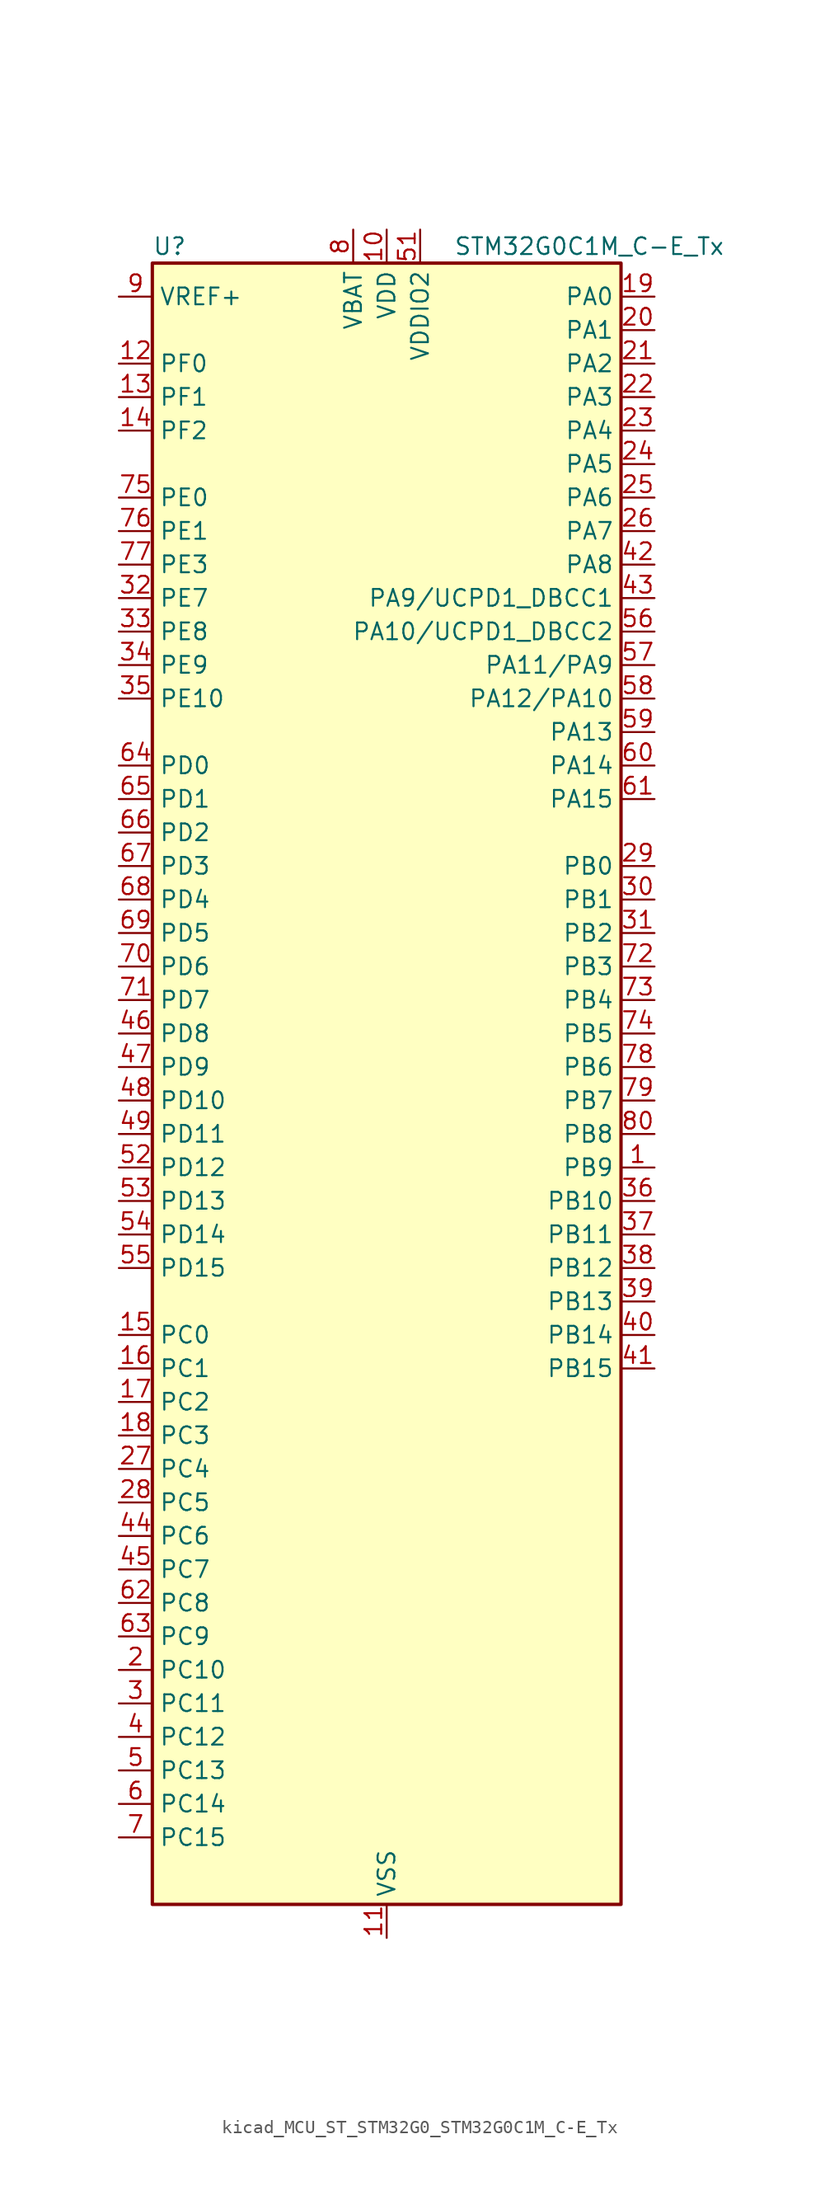
<source format=kicad_sym>
(kicad_symbol_lib
  (version 20220914)
  (generator kicad_symbol_editor)
  (symbol "kicad_MCU_ST_STM32G0_STM32G0C1M_C-E_Tx"
    (property "Reference" "U"
      (at -17.78 64.77 0)
      (effects (font (size 1.27 1.27)) (justify left)))
    (property "Value" "STM32G0C1M_C-E_Tx"
      (at 5.08 64.77 0)
      (effects (font (size 1.27 1.27)) (justify left)))
    (property "ki_locked" ""
      (at 0 0 0)
      (effects (font (size 1.27 1.27))))
    (symbol "kicad_MCU_ST_STM32G0_STM32G0C1M_C-E_Tx_0_1"
      (rectangle (start -17.78 -60.96) (end 17.78 63.5) (stroke (width 0.254) (type default)) (fill (type background))))
    (symbol "kicad_MCU_ST_STM32G0_STM32G0C1M_C-E_Tx_1_1"
      (pin bidirectional line (at 20.32 -5.08 180) (length 2.54) (name "PB9" (effects (font (size 1.27 1.27)))) (number "1" (effects (font (size 1.27 1.27)))) (alternate "DAC1_EXTI9" bidirectional line) (alternate "FDCAN1_TX" bidirectional line) (alternate "I2C1_SDA" bidirectional line) (alternate "I2S2_WS" bidirectional line) (alternate "IR_OUT" bidirectional line) (alternate "SPI2_NSS" bidirectional line) (alternate "TIM17_CH1" bidirectional line) (alternate "TIM4_CH4" bidirectional line) (alternate "UCPD2_FRSTX1" bidirectional line) (alternate "UCPD2_FRSTX2" bidirectional line) (alternate "USART3_RX" bidirectional line) (alternate "USART6_RX" bidirectional line))
      (pin power_in line (at 0 66.04 270) (length 2.54) (name "VDD" (effects (font (size 1.27 1.27)))) (number "10" (effects (font (size 1.27 1.27)))))
      (pin power_in line (at 0 -63.5 90) (length 2.54) (name "VSS" (effects (font (size 1.27 1.27)))) (number "11" (effects (font (size 1.27 1.27)))))
      (pin bidirectional line (at -20.32 55.88 0) (length 2.54) (name "PF0" (effects (font (size 1.27 1.27)))) (number "12" (effects (font (size 1.27 1.27)))) (alternate "CRS1_SYNC" bidirectional line) (alternate "RCC_OSC_IN" bidirectional line) (alternate "TIM14_CH1" bidirectional line))
      (pin bidirectional line (at -20.32 53.34 0) (length 2.54) (name "PF1" (effects (font (size 1.27 1.27)))) (number "13" (effects (font (size 1.27 1.27)))) (alternate "RCC_OSC_EN" bidirectional line) (alternate "RCC_OSC_OUT" bidirectional line) (alternate "TIM15_CH1N" bidirectional line))
      (pin bidirectional line (at -20.32 50.8 0) (length 2.54) (name "PF2" (effects (font (size 1.27 1.27)))) (number "14" (effects (font (size 1.27 1.27)))) (alternate "LPUART2_DE" bidirectional line) (alternate "LPUART2_RTS" bidirectional line) (alternate "LPUART2_TX" bidirectional line) (alternate "RCC_MCO" bidirectional line))
      (pin bidirectional line (at -20.32 -17.78 0) (length 2.54) (name "PC0" (effects (font (size 1.27 1.27)))) (number "15" (effects (font (size 1.27 1.27)))) (alternate "COMP3_INM" bidirectional line) (alternate "COMP3_OUT" bidirectional line) (alternate "I2C3_SCL" bidirectional line) (alternate "LPTIM1_IN1" bidirectional line) (alternate "LPTIM2_IN1" bidirectional line) (alternate "LPUART1_RX" bidirectional line) (alternate "LPUART2_TX" bidirectional line) (alternate "USART6_TX" bidirectional line))
      (pin bidirectional line (at -20.32 -20.32 0) (length 2.54) (name "PC1" (effects (font (size 1.27 1.27)))) (number "16" (effects (font (size 1.27 1.27)))) (alternate "COMP3_INP" bidirectional line) (alternate "I2C3_SDA" bidirectional line) (alternate "LPTIM1_OUT" bidirectional line) (alternate "LPUART1_TX" bidirectional line) (alternate "LPUART2_RX" bidirectional line) (alternate "TIM15_CH1" bidirectional line) (alternate "USART6_RX" bidirectional line))
      (pin bidirectional line (at -20.32 -22.86 0) (length 2.54) (name "PC2" (effects (font (size 1.27 1.27)))) (number "17" (effects (font (size 1.27 1.27)))) (alternate "COMP3_OUT" bidirectional line) (alternate "FDCAN2_RX" bidirectional line) (alternate "I2S2_MCK" bidirectional line) (alternate "LPTIM1_IN2" bidirectional line) (alternate "SPI2_MISO" bidirectional line) (alternate "TIM15_CH2" bidirectional line))
      (pin bidirectional line (at -20.32 -25.4 0) (length 2.54) (name "PC3" (effects (font (size 1.27 1.27)))) (number "18" (effects (font (size 1.27 1.27)))) (alternate "FDCAN2_TX" bidirectional line) (alternate "I2S2_SD" bidirectional line) (alternate "LPTIM1_ETR" bidirectional line) (alternate "LPTIM2_ETR" bidirectional line) (alternate "SPI2_MOSI" bidirectional line))
      (pin bidirectional line (at 20.32 60.96 180) (length 2.54) (name "PA0" (effects (font (size 1.27 1.27)))) (number "19" (effects (font (size 1.27 1.27)))) (alternate "ADC1_IN0" bidirectional line) (alternate "COMP1_INM" bidirectional line) (alternate "COMP1_OUT" bidirectional line) (alternate "I2S2_CK" bidirectional line) (alternate "LPTIM1_OUT" bidirectional line) (alternate "RTC_TAMP_IN2" bidirectional line) (alternate "SPI2_SCK" bidirectional line) (alternate "SYS_WKUP1" bidirectional line) (alternate "TIM2_CH1" bidirectional line) (alternate "TIM2_ETR" bidirectional line) (alternate "UCPD2_FRSTX1" bidirectional line) (alternate "UCPD2_FRSTX2" bidirectional line) (alternate "USART2_CTS" bidirectional line) (alternate "USART2_NSS" bidirectional line) (alternate "USART4_TX" bidirectional line))
      (pin bidirectional line (at -20.32 -43.18 0) (length 2.54) (name "PC10" (effects (font (size 1.27 1.27)))) (number "2" (effects (font (size 1.27 1.27)))) (alternate "SPI3_SCK" bidirectional line) (alternate "TIM1_CH3" bidirectional line) (alternate "USART3_TX" bidirectional line) (alternate "USART4_TX" bidirectional line))
      (pin bidirectional line (at 20.32 58.42 180) (length 2.54) (name "PA1" (effects (font (size 1.27 1.27)))) (number "20" (effects (font (size 1.27 1.27)))) (alternate "ADC1_IN1" bidirectional line) (alternate "COMP1_INP" bidirectional line) (alternate "I2C1_SMBA" bidirectional line) (alternate "I2S1_CK" bidirectional line) (alternate "SPI1_SCK" bidirectional line) (alternate "TIM15_CH1N" bidirectional line) (alternate "TIM2_CH2" bidirectional line) (alternate "USART2_CK" bidirectional line) (alternate "USART2_DE" bidirectional line) (alternate "USART2_RTS" bidirectional line) (alternate "USART4_RX" bidirectional line))
      (pin bidirectional line (at 20.32 55.88 180) (length 2.54) (name "PA2" (effects (font (size 1.27 1.27)))) (number "21" (effects (font (size 1.27 1.27)))) (alternate "ADC1_IN2" bidirectional line) (alternate "COMP2_INM" bidirectional line) (alternate "COMP2_OUT" bidirectional line) (alternate "I2S1_SD" bidirectional line) (alternate "LPUART1_TX" bidirectional line) (alternate "RCC_LSCO" bidirectional line) (alternate "SPI1_MOSI" bidirectional line) (alternate "SYS_WKUP4" bidirectional line) (alternate "TIM15_CH1" bidirectional line) (alternate "TIM2_CH3" bidirectional line) (alternate "UCPD1_FRSTX1" bidirectional line) (alternate "UCPD1_FRSTX2" bidirectional line) (alternate "USART2_TX" bidirectional line))
      (pin bidirectional line (at 20.32 53.34 180) (length 2.54) (name "PA3" (effects (font (size 1.27 1.27)))) (number "22" (effects (font (size 1.27 1.27)))) (alternate "ADC1_IN3" bidirectional line) (alternate "COMP2_INP" bidirectional line) (alternate "I2S2_MCK" bidirectional line) (alternate "LPUART1_RX" bidirectional line) (alternate "SPI2_MISO" bidirectional line) (alternate "TIM15_CH2" bidirectional line) (alternate "TIM2_CH4" bidirectional line) (alternate "UCPD2_FRSTX1" bidirectional line) (alternate "UCPD2_FRSTX2" bidirectional line) (alternate "USART2_RX" bidirectional line))
      (pin bidirectional line (at 20.32 50.8 180) (length 2.54) (name "PA4" (effects (font (size 1.27 1.27)))) (number "23" (effects (font (size 1.27 1.27)))) (alternate "ADC1_IN4" bidirectional line) (alternate "DAC1_OUT1" bidirectional line) (alternate "I2S1_WS" bidirectional line) (alternate "I2S2_SD" bidirectional line) (alternate "LPTIM2_OUT" bidirectional line) (alternate "RTC_OUT2" bidirectional line) (alternate "SPI1_NSS" bidirectional line) (alternate "SPI2_MOSI" bidirectional line) (alternate "SPI3_NSS" bidirectional line) (alternate "TIM14_CH1" bidirectional line) (alternate "UCPD2_FRSTX1" bidirectional line) (alternate "UCPD2_FRSTX2" bidirectional line) (alternate "USART6_TX" bidirectional line) (alternate "USB_NOE" bidirectional line))
      (pin bidirectional line (at 20.32 48.26 180) (length 2.54) (name "PA5" (effects (font (size 1.27 1.27)))) (number "24" (effects (font (size 1.27 1.27)))) (alternate "ADC1_IN5" bidirectional line) (alternate "CEC" bidirectional line) (alternate "DAC1_OUT2" bidirectional line) (alternate "I2S1_CK" bidirectional line) (alternate "LPTIM2_ETR" bidirectional line) (alternate "SPI1_SCK" bidirectional line) (alternate "TIM2_CH1" bidirectional line) (alternate "TIM2_ETR" bidirectional line) (alternate "UCPD1_FRSTX1" bidirectional line) (alternate "UCPD1_FRSTX2" bidirectional line) (alternate "USART3_TX" bidirectional line) (alternate "USART6_RX" bidirectional line))
      (pin bidirectional line (at 20.32 45.72 180) (length 2.54) (name "PA6" (effects (font (size 1.27 1.27)))) (number "25" (effects (font (size 1.27 1.27)))) (alternate "ADC1_IN6" bidirectional line) (alternate "COMP1_OUT" bidirectional line) (alternate "I2C2_SDA" bidirectional line) (alternate "I2C3_SDA" bidirectional line) (alternate "I2S1_MCK" bidirectional line) (alternate "LPUART1_CTS" bidirectional line) (alternate "SPI1_MISO" bidirectional line) (alternate "TIM16_CH1" bidirectional line) (alternate "TIM1_BK" bidirectional line) (alternate "TIM3_CH1" bidirectional line) (alternate "USART3_CTS" bidirectional line) (alternate "USART3_NSS" bidirectional line) (alternate "USART6_CTS" bidirectional line) (alternate "USART6_NSS" bidirectional line))
      (pin bidirectional line (at 20.32 43.18 180) (length 2.54) (name "PA7" (effects (font (size 1.27 1.27)))) (number "26" (effects (font (size 1.27 1.27)))) (alternate "ADC1_IN7" bidirectional line) (alternate "COMP2_OUT" bidirectional line) (alternate "I2C2_SCL" bidirectional line) (alternate "I2C3_SCL" bidirectional line) (alternate "I2S1_SD" bidirectional line) (alternate "SPI1_MOSI" bidirectional line) (alternate "TIM14_CH1" bidirectional line) (alternate "TIM17_CH1" bidirectional line) (alternate "TIM1_CH1N" bidirectional line) (alternate "TIM3_CH2" bidirectional line) (alternate "UCPD1_FRSTX1" bidirectional line) (alternate "UCPD1_FRSTX2" bidirectional line) (alternate "USART6_CK" bidirectional line) (alternate "USART6_DE" bidirectional line) (alternate "USART6_RTS" bidirectional line))
      (pin bidirectional line (at -20.32 -27.94 0) (length 2.54) (name "PC4" (effects (font (size 1.27 1.27)))) (number "27" (effects (font (size 1.27 1.27)))) (alternate "ADC1_IN17" bidirectional line) (alternate "COMP1_INM" bidirectional line) (alternate "FDCAN1_RX" bidirectional line) (alternate "TIM2_CH1" bidirectional line) (alternate "TIM2_ETR" bidirectional line) (alternate "USART1_TX" bidirectional line) (alternate "USART3_TX" bidirectional line))
      (pin bidirectional line (at -20.32 -30.48 0) (length 2.54) (name "PC5" (effects (font (size 1.27 1.27)))) (number "28" (effects (font (size 1.27 1.27)))) (alternate "ADC1_IN18" bidirectional line) (alternate "COMP1_INP" bidirectional line) (alternate "FDCAN1_TX" bidirectional line) (alternate "SYS_WKUP5" bidirectional line) (alternate "TIM2_CH2" bidirectional line) (alternate "USART1_RX" bidirectional line) (alternate "USART3_RX" bidirectional line))
      (pin bidirectional line (at 20.32 17.78 180) (length 2.54) (name "PB0" (effects (font (size 1.27 1.27)))) (number "29" (effects (font (size 1.27 1.27)))) (alternate "ADC1_IN8" bidirectional line) (alternate "COMP1_OUT" bidirectional line) (alternate "COMP3_INP" bidirectional line) (alternate "FDCAN2_RX" bidirectional line) (alternate "I2S1_WS" bidirectional line) (alternate "LPTIM1_OUT" bidirectional line) (alternate "LPUART2_CTS" bidirectional line) (alternate "SPI1_NSS" bidirectional line) (alternate "TIM1_CH2N" bidirectional line) (alternate "TIM3_CH3" bidirectional line) (alternate "UCPD1_FRSTX1" bidirectional line) (alternate "UCPD1_FRSTX2" bidirectional line) (alternate "USART3_RX" bidirectional line) (alternate "USART5_TX" bidirectional line))
      (pin bidirectional line (at -20.32 -45.72 0) (length 2.54) (name "PC11" (effects (font (size 1.27 1.27)))) (number "3" (effects (font (size 1.27 1.27)))) (alternate "ADC1_EXTI11" bidirectional line) (alternate "SPI3_MISO" bidirectional line) (alternate "TIM1_CH4" bidirectional line) (alternate "USART3_RX" bidirectional line) (alternate "USART4_RX" bidirectional line))
      (pin bidirectional line (at 20.32 15.24 180) (length 2.54) (name "PB1" (effects (font (size 1.27 1.27)))) (number "30" (effects (font (size 1.27 1.27)))) (alternate "ADC1_IN9" bidirectional line) (alternate "COMP1_INM" bidirectional line) (alternate "COMP3_OUT" bidirectional line) (alternate "FDCAN2_TX" bidirectional line) (alternate "LPTIM2_IN1" bidirectional line) (alternate "LPUART1_DE" bidirectional line) (alternate "LPUART1_RTS" bidirectional line) (alternate "LPUART2_DE" bidirectional line) (alternate "LPUART2_RTS" bidirectional line) (alternate "TIM14_CH1" bidirectional line) (alternate "TIM1_CH3N" bidirectional line) (alternate "TIM3_CH4" bidirectional line) (alternate "USART3_CK" bidirectional line) (alternate "USART3_DE" bidirectional line) (alternate "USART3_RTS" bidirectional line) (alternate "USART5_RX" bidirectional line))
      (pin bidirectional line (at 20.32 12.7 180) (length 2.54) (name "PB2" (effects (font (size 1.27 1.27)))) (number "31" (effects (font (size 1.27 1.27)))) (alternate "ADC1_IN10" bidirectional line) (alternate "COMP1_INP" bidirectional line) (alternate "COMP3_INM" bidirectional line) (alternate "I2S2_MCK" bidirectional line) (alternate "LPTIM1_OUT" bidirectional line) (alternate "RCC_MCO_2" bidirectional line) (alternate "SPI2_MISO" bidirectional line) (alternate "USART3_TX" bidirectional line))
      (pin bidirectional line (at -20.32 38.1 0) (length 2.54) (name "PE7" (effects (font (size 1.27 1.27)))) (number "32" (effects (font (size 1.27 1.27)))) (alternate "COMP3_INP" bidirectional line) (alternate "TIM1_ETR" bidirectional line) (alternate "USART5_CK" bidirectional line) (alternate "USART5_DE" bidirectional line) (alternate "USART5_RTS" bidirectional line))
      (pin bidirectional line (at -20.32 35.56 0) (length 2.54) (name "PE8" (effects (font (size 1.27 1.27)))) (number "33" (effects (font (size 1.27 1.27)))) (alternate "COMP3_INM" bidirectional line) (alternate "TIM1_CH1N" bidirectional line) (alternate "USART4_TX" bidirectional line))
      (pin bidirectional line (at -20.32 33.02 0) (length 2.54) (name "PE9" (effects (font (size 1.27 1.27)))) (number "34" (effects (font (size 1.27 1.27)))) (alternate "DAC1_EXTI9" bidirectional line) (alternate "TIM1_CH1" bidirectional line) (alternate "USART4_RX" bidirectional line))
      (pin bidirectional line (at -20.32 30.48 0) (length 2.54) (name "PE10" (effects (font (size 1.27 1.27)))) (number "35" (effects (font (size 1.27 1.27)))) (alternate "TIM1_CH2N" bidirectional line) (alternate "USART5_TX" bidirectional line))
      (pin bidirectional line (at 20.32 -7.62 180) (length 2.54) (name "PB10" (effects (font (size 1.27 1.27)))) (number "36" (effects (font (size 1.27 1.27)))) (alternate "ADC1_IN11" bidirectional line) (alternate "CEC" bidirectional line) (alternate "COMP1_OUT" bidirectional line) (alternate "I2C2_SCL" bidirectional line) (alternate "I2S2_CK" bidirectional line) (alternate "LPUART1_RX" bidirectional line) (alternate "SPI2_SCK" bidirectional line) (alternate "TIM2_CH3" bidirectional line) (alternate "USART3_TX" bidirectional line))
      (pin bidirectional line (at 20.32 -10.16 180) (length 2.54) (name "PB11" (effects (font (size 1.27 1.27)))) (number "37" (effects (font (size 1.27 1.27)))) (alternate "ADC1_EXTI11" bidirectional line) (alternate "ADC1_IN15" bidirectional line) (alternate "COMP2_OUT" bidirectional line) (alternate "I2C2_SDA" bidirectional line) (alternate "I2S2_SD" bidirectional line) (alternate "LPUART1_TX" bidirectional line) (alternate "SPI2_MOSI" bidirectional line) (alternate "TIM2_CH4" bidirectional line) (alternate "USART3_RX" bidirectional line))
      (pin bidirectional line (at 20.32 -12.7 180) (length 2.54) (name "PB12" (effects (font (size 1.27 1.27)))) (number "38" (effects (font (size 1.27 1.27)))) (alternate "ADC1_IN16" bidirectional line) (alternate "FDCAN2_RX" bidirectional line) (alternate "I2C2_SMBA" bidirectional line) (alternate "I2S2_WS" bidirectional line) (alternate "LPUART1_DE" bidirectional line) (alternate "LPUART1_RTS" bidirectional line) (alternate "SPI2_NSS" bidirectional line) (alternate "TIM15_BK" bidirectional line) (alternate "TIM1_BK" bidirectional line) (alternate "UCPD2_FRSTX1" bidirectional line) (alternate "UCPD2_FRSTX2" bidirectional line))
      (pin bidirectional line (at 20.32 -15.24 180) (length 2.54) (name "PB13" (effects (font (size 1.27 1.27)))) (number "39" (effects (font (size 1.27 1.27)))) (alternate "FDCAN2_TX" bidirectional line) (alternate "I2C2_SCL" bidirectional line) (alternate "I2S2_CK" bidirectional line) (alternate "LPUART1_CTS" bidirectional line) (alternate "SPI2_SCK" bidirectional line) (alternate "TIM15_CH1N" bidirectional line) (alternate "TIM1_CH1N" bidirectional line) (alternate "USART3_CTS" bidirectional line) (alternate "USART3_NSS" bidirectional line))
      (pin bidirectional line (at -20.32 -48.26 0) (length 2.54) (name "PC12" (effects (font (size 1.27 1.27)))) (number "4" (effects (font (size 1.27 1.27)))) (alternate "LPTIM1_IN1" bidirectional line) (alternate "SPI3_MOSI" bidirectional line) (alternate "TIM14_CH1" bidirectional line) (alternate "UCPD1_FRSTX1" bidirectional line) (alternate "UCPD1_FRSTX2" bidirectional line) (alternate "USART5_TX" bidirectional line))
      (pin bidirectional line (at 20.32 -17.78 180) (length 2.54) (name "PB14" (effects (font (size 1.27 1.27)))) (number "40" (effects (font (size 1.27 1.27)))) (alternate "I2C2_SDA" bidirectional line) (alternate "I2S2_MCK" bidirectional line) (alternate "SPI2_MISO" bidirectional line) (alternate "TIM15_CH1" bidirectional line) (alternate "TIM1_CH2N" bidirectional line) (alternate "UCPD1_FRSTX1" bidirectional line) (alternate "UCPD1_FRSTX2" bidirectional line) (alternate "USART3_CK" bidirectional line) (alternate "USART3_DE" bidirectional line) (alternate "USART3_RTS" bidirectional line) (alternate "USART6_CK" bidirectional line) (alternate "USART6_DE" bidirectional line) (alternate "USART6_RTS" bidirectional line))
      (pin bidirectional line (at 20.32 -20.32 180) (length 2.54) (name "PB15" (effects (font (size 1.27 1.27)))) (number "41" (effects (font (size 1.27 1.27)))) (alternate "I2S2_SD" bidirectional line) (alternate "RTC_REFIN" bidirectional line) (alternate "SPI2_MOSI" bidirectional line) (alternate "TIM15_CH1N" bidirectional line) (alternate "TIM15_CH2" bidirectional line) (alternate "TIM1_CH3N" bidirectional line) (alternate "UCPD1_CC2" bidirectional line) (alternate "USART6_CTS" bidirectional line) (alternate "USART6_NSS" bidirectional line))
      (pin bidirectional line (at 20.32 40.64 180) (length 2.54) (name "PA8" (effects (font (size 1.27 1.27)))) (number "42" (effects (font (size 1.27 1.27)))) (alternate "CRS1_SYNC" bidirectional line) (alternate "I2C2_SMBA" bidirectional line) (alternate "I2S2_WS" bidirectional line) (alternate "LPTIM2_OUT" bidirectional line) (alternate "RCC_MCO" bidirectional line) (alternate "SPI2_NSS" bidirectional line) (alternate "TIM1_CH1" bidirectional line) (alternate "UCPD1_CC1" bidirectional line))
      (pin bidirectional line (at 20.32 38.1 180) (length 2.54) (name "PA9/UCPD1_DBCC1" (effects (font (size 1.27 1.27)))) (number "43" (effects (font (size 1.27 1.27)))) (alternate "DAC1_EXTI9" bidirectional line) (alternate "I2C1_SCL" bidirectional line) (alternate "I2C2_SCL" bidirectional line) (alternate "I2S2_MCK" bidirectional line) (alternate "RCC_MCO" bidirectional line) (alternate "SPI2_MISO" bidirectional line) (alternate "TIM15_BK" bidirectional line) (alternate "TIM1_CH2" bidirectional line) (alternate "UCPD1_DBCC1" bidirectional line) (alternate "USART1_TX" bidirectional line))
      (pin bidirectional line (at -20.32 -33.02 0) (length 2.54) (name "PC6" (effects (font (size 1.27 1.27)))) (number "44" (effects (font (size 1.27 1.27)))) (alternate "LPUART2_TX" bidirectional line) (alternate "TIM2_CH3" bidirectional line) (alternate "TIM3_CH1" bidirectional line) (alternate "UCPD1_FRSTX1" bidirectional line) (alternate "UCPD1_FRSTX2" bidirectional line))
      (pin bidirectional line (at -20.32 -35.56 0) (length 2.54) (name "PC7" (effects (font (size 1.27 1.27)))) (number "45" (effects (font (size 1.27 1.27)))) (alternate "LPUART2_RX" bidirectional line) (alternate "TIM2_CH4" bidirectional line) (alternate "TIM3_CH2" bidirectional line) (alternate "UCPD2_FRSTX1" bidirectional line) (alternate "UCPD2_FRSTX2" bidirectional line))
      (pin bidirectional line (at -20.32 5.08 0) (length 2.54) (name "PD8" (effects (font (size 1.27 1.27)))) (number "46" (effects (font (size 1.27 1.27)))) (alternate "I2S1_CK" bidirectional line) (alternate "LPTIM1_OUT" bidirectional line) (alternate "SPI1_SCK" bidirectional line) (alternate "USART3_TX" bidirectional line))
      (pin bidirectional line (at -20.32 2.54 0) (length 2.54) (name "PD9" (effects (font (size 1.27 1.27)))) (number "47" (effects (font (size 1.27 1.27)))) (alternate "DAC1_EXTI9" bidirectional line) (alternate "I2S1_WS" bidirectional line) (alternate "SPI1_NSS" bidirectional line) (alternate "TIM1_BK2" bidirectional line) (alternate "USART3_RX" bidirectional line))
      (pin bidirectional line (at -20.32 0 0) (length 2.54) (name "PD10" (effects (font (size 1.27 1.27)))) (number "48" (effects (font (size 1.27 1.27)))) (alternate "RCC_MCO" bidirectional line))
      (pin bidirectional line (at -20.32 -2.54 0) (length 2.54) (name "PD11" (effects (font (size 1.27 1.27)))) (number "49" (effects (font (size 1.27 1.27)))) (alternate "ADC1_EXTI11" bidirectional line) (alternate "LPTIM2_ETR" bidirectional line) (alternate "USART3_CTS" bidirectional line) (alternate "USART3_NSS" bidirectional line))
      (pin bidirectional line (at -20.32 -50.8 0) (length 2.54) (name "PC13" (effects (font (size 1.27 1.27)))) (number "5" (effects (font (size 1.27 1.27)))) (alternate "RTC_OUT1" bidirectional line) (alternate "RTC_TAMP_IN1" bidirectional line) (alternate "RTC_TS" bidirectional line) (alternate "SYS_WKUP2" bidirectional line) (alternate "TIM1_BK" bidirectional line))
      (pin passive line (at 0 -63.5 90) (length 2.54) hide (name "VSS" (effects (font (size 1.27 1.27)))) (number "50" (effects (font (size 1.27 1.27)))))
      (pin power_in line (at 2.54 66.04 270) (length 2.54) (name "VDDIO2" (effects (font (size 1.27 1.27)))) (number "51" (effects (font (size 1.27 1.27)))))
      (pin bidirectional line (at -20.32 -5.08 0) (length 2.54) (name "PD12" (effects (font (size 1.27 1.27)))) (number "52" (effects (font (size 1.27 1.27)))) (alternate "FDCAN1_RX" bidirectional line) (alternate "LPTIM2_IN1" bidirectional line) (alternate "TIM4_CH1" bidirectional line) (alternate "USART3_CK" bidirectional line) (alternate "USART3_DE" bidirectional line) (alternate "USART3_RTS" bidirectional line))
      (pin bidirectional line (at -20.32 -7.62 0) (length 2.54) (name "PD13" (effects (font (size 1.27 1.27)))) (number "53" (effects (font (size 1.27 1.27)))) (alternate "FDCAN1_TX" bidirectional line) (alternate "LPTIM2_OUT" bidirectional line) (alternate "TIM4_CH2" bidirectional line))
      (pin bidirectional line (at -20.32 -10.16 0) (length 2.54) (name "PD14" (effects (font (size 1.27 1.27)))) (number "54" (effects (font (size 1.27 1.27)))) (alternate "FDCAN2_RX" bidirectional line) (alternate "LPUART2_CTS" bidirectional line) (alternate "TIM4_CH3" bidirectional line))
      (pin bidirectional line (at -20.32 -12.7 0) (length 2.54) (name "PD15" (effects (font (size 1.27 1.27)))) (number "55" (effects (font (size 1.27 1.27)))) (alternate "CRS1_SYNC" bidirectional line) (alternate "FDCAN2_TX" bidirectional line) (alternate "LPUART2_DE" bidirectional line) (alternate "LPUART2_RTS" bidirectional line) (alternate "TIM4_CH4" bidirectional line))
      (pin bidirectional line (at 20.32 35.56 180) (length 2.54) (name "PA10/UCPD1_DBCC2" (effects (font (size 1.27 1.27)))) (number "56" (effects (font (size 1.27 1.27)))) (alternate "I2C1_SDA" bidirectional line) (alternate "I2C2_SDA" bidirectional line) (alternate "I2S2_SD" bidirectional line) (alternate "RCC_MCO_2" bidirectional line) (alternate "SPI2_MOSI" bidirectional line) (alternate "TIM17_BK" bidirectional line) (alternate "TIM1_CH3" bidirectional line) (alternate "UCPD1_DBCC2" bidirectional line) (alternate "USART1_RX" bidirectional line))
      (pin bidirectional line (at 20.32 33.02 180) (length 2.54) (name "PA11/PA9" (effects (font (size 1.27 1.27)))) (number "57" (effects (font (size 1.27 1.27)))) (alternate "ADC1_EXTI11" bidirectional line) (alternate "COMP1_OUT" bidirectional line) (alternate "FDCAN1_RX" bidirectional line) (alternate "I2C2_SCL" bidirectional line) (alternate "I2S1_MCK" bidirectional line) (alternate "SPI1_MISO" bidirectional line) (alternate "TIM1_BK2" bidirectional line) (alternate "TIM1_CH4" bidirectional line) (alternate "USART1_CTS" bidirectional line) (alternate "USART1_NSS" bidirectional line) (alternate "USB_DM" bidirectional line))
      (pin bidirectional line (at 20.32 30.48 180) (length 2.54) (name "PA12/PA10" (effects (font (size 1.27 1.27)))) (number "58" (effects (font (size 1.27 1.27)))) (alternate "COMP2_OUT" bidirectional line) (alternate "FDCAN1_TX" bidirectional line) (alternate "I2C2_SDA" bidirectional line) (alternate "I2S1_SD" bidirectional line) (alternate "I2S_CKIN" bidirectional line) (alternate "SPI1_MOSI" bidirectional line) (alternate "TIM1_ETR" bidirectional line) (alternate "USART1_CK" bidirectional line) (alternate "USART1_DE" bidirectional line) (alternate "USART1_RTS" bidirectional line) (alternate "USB_DP" bidirectional line))
      (pin bidirectional line (at 20.32 27.94 180) (length 2.54) (name "PA13" (effects (font (size 1.27 1.27)))) (number "59" (effects (font (size 1.27 1.27)))) (alternate "IR_OUT" bidirectional line) (alternate "LPUART2_RX" bidirectional line) (alternate "SYS_SWDIO" bidirectional line) (alternate "USB_NOE" bidirectional line))
      (pin bidirectional line (at -20.32 -53.34 0) (length 2.54) (name "PC14" (effects (font (size 1.27 1.27)))) (number "6" (effects (font (size 1.27 1.27)))) (alternate "RCC_OSC32_IN" bidirectional line) (alternate "TIM1_BK2" bidirectional line))
      (pin bidirectional line (at 20.32 25.4 180) (length 2.54) (name "PA14" (effects (font (size 1.27 1.27)))) (number "60" (effects (font (size 1.27 1.27)))) (alternate "LPUART2_TX" bidirectional line) (alternate "SYS_SWCLK" bidirectional line) (alternate "USART2_TX" bidirectional line))
      (pin bidirectional line (at 20.32 22.86 180) (length 2.54) (name "PA15" (effects (font (size 1.27 1.27)))) (number "61" (effects (font (size 1.27 1.27)))) (alternate "I2C2_SMBA" bidirectional line) (alternate "I2S1_WS" bidirectional line) (alternate "RCC_MCO_2" bidirectional line) (alternate "SPI1_NSS" bidirectional line) (alternate "SPI3_NSS" bidirectional line) (alternate "TIM2_CH1" bidirectional line) (alternate "TIM2_ETR" bidirectional line) (alternate "USART2_RX" bidirectional line) (alternate "USART3_CK" bidirectional line) (alternate "USART3_DE" bidirectional line) (alternate "USART3_RTS" bidirectional line) (alternate "USART4_CK" bidirectional line) (alternate "USART4_DE" bidirectional line) (alternate "USART4_RTS" bidirectional line) (alternate "USB_NOE" bidirectional line))
      (pin bidirectional line (at -20.32 -38.1 0) (length 2.54) (name "PC8" (effects (font (size 1.27 1.27)))) (number "62" (effects (font (size 1.27 1.27)))) (alternate "LPUART2_CTS" bidirectional line) (alternate "TIM1_CH1" bidirectional line) (alternate "TIM3_CH3" bidirectional line) (alternate "UCPD2_FRSTX1" bidirectional line) (alternate "UCPD2_FRSTX2" bidirectional line))
      (pin bidirectional line (at -20.32 -40.64 0) (length 2.54) (name "PC9" (effects (font (size 1.27 1.27)))) (number "63" (effects (font (size 1.27 1.27)))) (alternate "DAC1_EXTI9" bidirectional line) (alternate "I2S_CKIN" bidirectional line) (alternate "LPUART2_DE" bidirectional line) (alternate "LPUART2_RTS" bidirectional line) (alternate "TIM1_CH2" bidirectional line) (alternate "TIM3_CH4" bidirectional line) (alternate "USB_NOE" bidirectional line))
      (pin bidirectional line (at -20.32 25.4 0) (length 2.54) (name "PD0" (effects (font (size 1.27 1.27)))) (number "64" (effects (font (size 1.27 1.27)))) (alternate "FDCAN1_RX" bidirectional line) (alternate "I2S2_WS" bidirectional line) (alternate "SPI2_NSS" bidirectional line) (alternate "TIM16_CH1" bidirectional line) (alternate "UCPD2_CC1" bidirectional line))
      (pin bidirectional line (at -20.32 22.86 0) (length 2.54) (name "PD1" (effects (font (size 1.27 1.27)))) (number "65" (effects (font (size 1.27 1.27)))) (alternate "FDCAN1_TX" bidirectional line) (alternate "I2S2_CK" bidirectional line) (alternate "SPI2_SCK" bidirectional line) (alternate "TIM17_CH1" bidirectional line) (alternate "UCPD2_DBCC1" bidirectional line))
      (pin bidirectional line (at -20.32 20.32 0) (length 2.54) (name "PD2" (effects (font (size 1.27 1.27)))) (number "66" (effects (font (size 1.27 1.27)))) (alternate "TIM1_CH1N" bidirectional line) (alternate "TIM3_ETR" bidirectional line) (alternate "UCPD2_CC2" bidirectional line) (alternate "USART3_CK" bidirectional line) (alternate "USART3_DE" bidirectional line) (alternate "USART3_RTS" bidirectional line) (alternate "USART5_RX" bidirectional line))
      (pin bidirectional line (at -20.32 17.78 0) (length 2.54) (name "PD3" (effects (font (size 1.27 1.27)))) (number "67" (effects (font (size 1.27 1.27)))) (alternate "I2S2_MCK" bidirectional line) (alternate "SPI2_MISO" bidirectional line) (alternate "TIM1_CH2N" bidirectional line) (alternate "UCPD2_DBCC2" bidirectional line) (alternate "USART2_CTS" bidirectional line) (alternate "USART2_NSS" bidirectional line) (alternate "USART5_TX" bidirectional line))
      (pin bidirectional line (at -20.32 15.24 0) (length 2.54) (name "PD4" (effects (font (size 1.27 1.27)))) (number "68" (effects (font (size 1.27 1.27)))) (alternate "I2S2_SD" bidirectional line) (alternate "SPI2_MOSI" bidirectional line) (alternate "TIM1_CH3N" bidirectional line) (alternate "USART2_CK" bidirectional line) (alternate "USART2_DE" bidirectional line) (alternate "USART2_RTS" bidirectional line) (alternate "USART5_CK" bidirectional line) (alternate "USART5_DE" bidirectional line) (alternate "USART5_RTS" bidirectional line))
      (pin bidirectional line (at -20.32 12.7 0) (length 2.54) (name "PD5" (effects (font (size 1.27 1.27)))) (number "69" (effects (font (size 1.27 1.27)))) (alternate "I2S1_MCK" bidirectional line) (alternate "SPI1_MISO" bidirectional line) (alternate "TIM1_BK" bidirectional line) (alternate "USART2_TX" bidirectional line) (alternate "USART5_CTS" bidirectional line) (alternate "USART5_NSS" bidirectional line))
      (pin bidirectional line (at -20.32 -55.88 0) (length 2.54) (name "PC15" (effects (font (size 1.27 1.27)))) (number "7" (effects (font (size 1.27 1.27)))) (alternate "RCC_OSC32_EN" bidirectional line) (alternate "RCC_OSC32_OUT" bidirectional line) (alternate "RCC_OSC_EN" bidirectional line) (alternate "TIM15_BK" bidirectional line))
      (pin bidirectional line (at -20.32 10.16 0) (length 2.54) (name "PD6" (effects (font (size 1.27 1.27)))) (number "70" (effects (font (size 1.27 1.27)))) (alternate "I2S1_SD" bidirectional line) (alternate "LPTIM2_OUT" bidirectional line) (alternate "SPI1_MOSI" bidirectional line) (alternate "USART2_RX" bidirectional line))
      (pin bidirectional line (at -20.32 7.62 0) (length 2.54) (name "PD7" (effects (font (size 1.27 1.27)))) (number "71" (effects (font (size 1.27 1.27)))) (alternate "RCC_MCO_2" bidirectional line))
      (pin bidirectional line (at 20.32 10.16 180) (length 2.54) (name "PB3" (effects (font (size 1.27 1.27)))) (number "72" (effects (font (size 1.27 1.27)))) (alternate "COMP2_INM" bidirectional line) (alternate "I2C2_SCL" bidirectional line) (alternate "I2C3_SCL" bidirectional line) (alternate "I2S1_CK" bidirectional line) (alternate "SPI1_SCK" bidirectional line) (alternate "SPI3_SCK" bidirectional line) (alternate "TIM1_CH2" bidirectional line) (alternate "TIM2_CH2" bidirectional line) (alternate "USART1_CK" bidirectional line) (alternate "USART1_DE" bidirectional line) (alternate "USART1_RTS" bidirectional line) (alternate "USART5_TX" bidirectional line))
      (pin bidirectional line (at 20.32 7.62 180) (length 2.54) (name "PB4" (effects (font (size 1.27 1.27)))) (number "73" (effects (font (size 1.27 1.27)))) (alternate "COMP2_INP" bidirectional line) (alternate "I2C2_SDA" bidirectional line) (alternate "I2C3_SDA" bidirectional line) (alternate "I2S1_MCK" bidirectional line) (alternate "SPI1_MISO" bidirectional line) (alternate "SPI3_MISO" bidirectional line) (alternate "TIM17_BK" bidirectional line) (alternate "TIM3_CH1" bidirectional line) (alternate "USART1_CTS" bidirectional line) (alternate "USART1_NSS" bidirectional line) (alternate "USART5_RX" bidirectional line))
      (pin bidirectional line (at 20.32 5.08 180) (length 2.54) (name "PB5" (effects (font (size 1.27 1.27)))) (number "74" (effects (font (size 1.27 1.27)))) (alternate "COMP2_OUT" bidirectional line) (alternate "FDCAN2_RX" bidirectional line) (alternate "I2C1_SMBA" bidirectional line) (alternate "I2S1_SD" bidirectional line) (alternate "LPTIM1_IN1" bidirectional line) (alternate "SPI1_MOSI" bidirectional line) (alternate "SPI3_MOSI" bidirectional line) (alternate "SYS_WKUP6" bidirectional line) (alternate "TIM16_BK" bidirectional line) (alternate "TIM3_CH2" bidirectional line) (alternate "USART5_CK" bidirectional line) (alternate "USART5_DE" bidirectional line) (alternate "USART5_RTS" bidirectional line))
      (pin bidirectional line (at -20.32 45.72 0) (length 2.54) (name "PE0" (effects (font (size 1.27 1.27)))) (number "75" (effects (font (size 1.27 1.27)))) (alternate "TIM16_CH1" bidirectional line) (alternate "TIM4_ETR" bidirectional line))
      (pin bidirectional line (at -20.32 43.18 0) (length 2.54) (name "PE1" (effects (font (size 1.27 1.27)))) (number "76" (effects (font (size 1.27 1.27)))) (alternate "TIM17_CH1" bidirectional line))
      (pin bidirectional line (at -20.32 40.64 0) (length 2.54) (name "PE3" (effects (font (size 1.27 1.27)))) (number "77" (effects (font (size 1.27 1.27)))) (alternate "TIM3_CH1" bidirectional line))
      (pin bidirectional line (at 20.32 2.54 180) (length 2.54) (name "PB6" (effects (font (size 1.27 1.27)))) (number "78" (effects (font (size 1.27 1.27)))) (alternate "COMP2_INP" bidirectional line) (alternate "FDCAN2_TX" bidirectional line) (alternate "I2C1_SCL" bidirectional line) (alternate "I2S2_MCK" bidirectional line) (alternate "LPTIM1_ETR" bidirectional line) (alternate "LPUART2_TX" bidirectional line) (alternate "SPI2_MISO" bidirectional line) (alternate "TIM16_CH1N" bidirectional line) (alternate "TIM1_CH3" bidirectional line) (alternate "TIM4_CH1" bidirectional line) (alternate "USART1_TX" bidirectional line) (alternate "USART5_CTS" bidirectional line) (alternate "USART5_NSS" bidirectional line))
      (pin bidirectional line (at 20.32 0 180) (length 2.54) (name "PB7" (effects (font (size 1.27 1.27)))) (number "79" (effects (font (size 1.27 1.27)))) (alternate "COMP2_INM" bidirectional line) (alternate "I2C1_SDA" bidirectional line) (alternate "I2S2_SD" bidirectional line) (alternate "LPTIM1_IN2" bidirectional line) (alternate "LPUART2_RX" bidirectional line) (alternate "SPI2_MOSI" bidirectional line) (alternate "SYS_PVD_IN" bidirectional line) (alternate "TIM17_CH1N" bidirectional line) (alternate "TIM4_CH2" bidirectional line) (alternate "USART1_RX" bidirectional line) (alternate "USART4_CTS" bidirectional line) (alternate "USART4_NSS" bidirectional line))
      (pin power_in line (at -2.54 66.04 270) (length 2.54) (name "VBAT" (effects (font (size 1.27 1.27)))) (number "8" (effects (font (size 1.27 1.27)))))
      (pin bidirectional line (at 20.32 -2.54 180) (length 2.54) (name "PB8" (effects (font (size 1.27 1.27)))) (number "80" (effects (font (size 1.27 1.27)))) (alternate "CEC" bidirectional line) (alternate "FDCAN1_RX" bidirectional line) (alternate "I2C1_SCL" bidirectional line) (alternate "I2S2_CK" bidirectional line) (alternate "SPI2_SCK" bidirectional line) (alternate "TIM15_BK" bidirectional line) (alternate "TIM16_CH1" bidirectional line) (alternate "TIM4_CH3" bidirectional line) (alternate "USART3_TX" bidirectional line) (alternate "USART6_TX" bidirectional line))
      (pin input line (at -20.32 60.96 0) (length 2.54) (name "VREF+" (effects (font (size 1.27 1.27)))) (number "9" (effects (font (size 1.27 1.27)))) (alternate "VREFBUF_OUT" bidirectional line)))))
</source>
